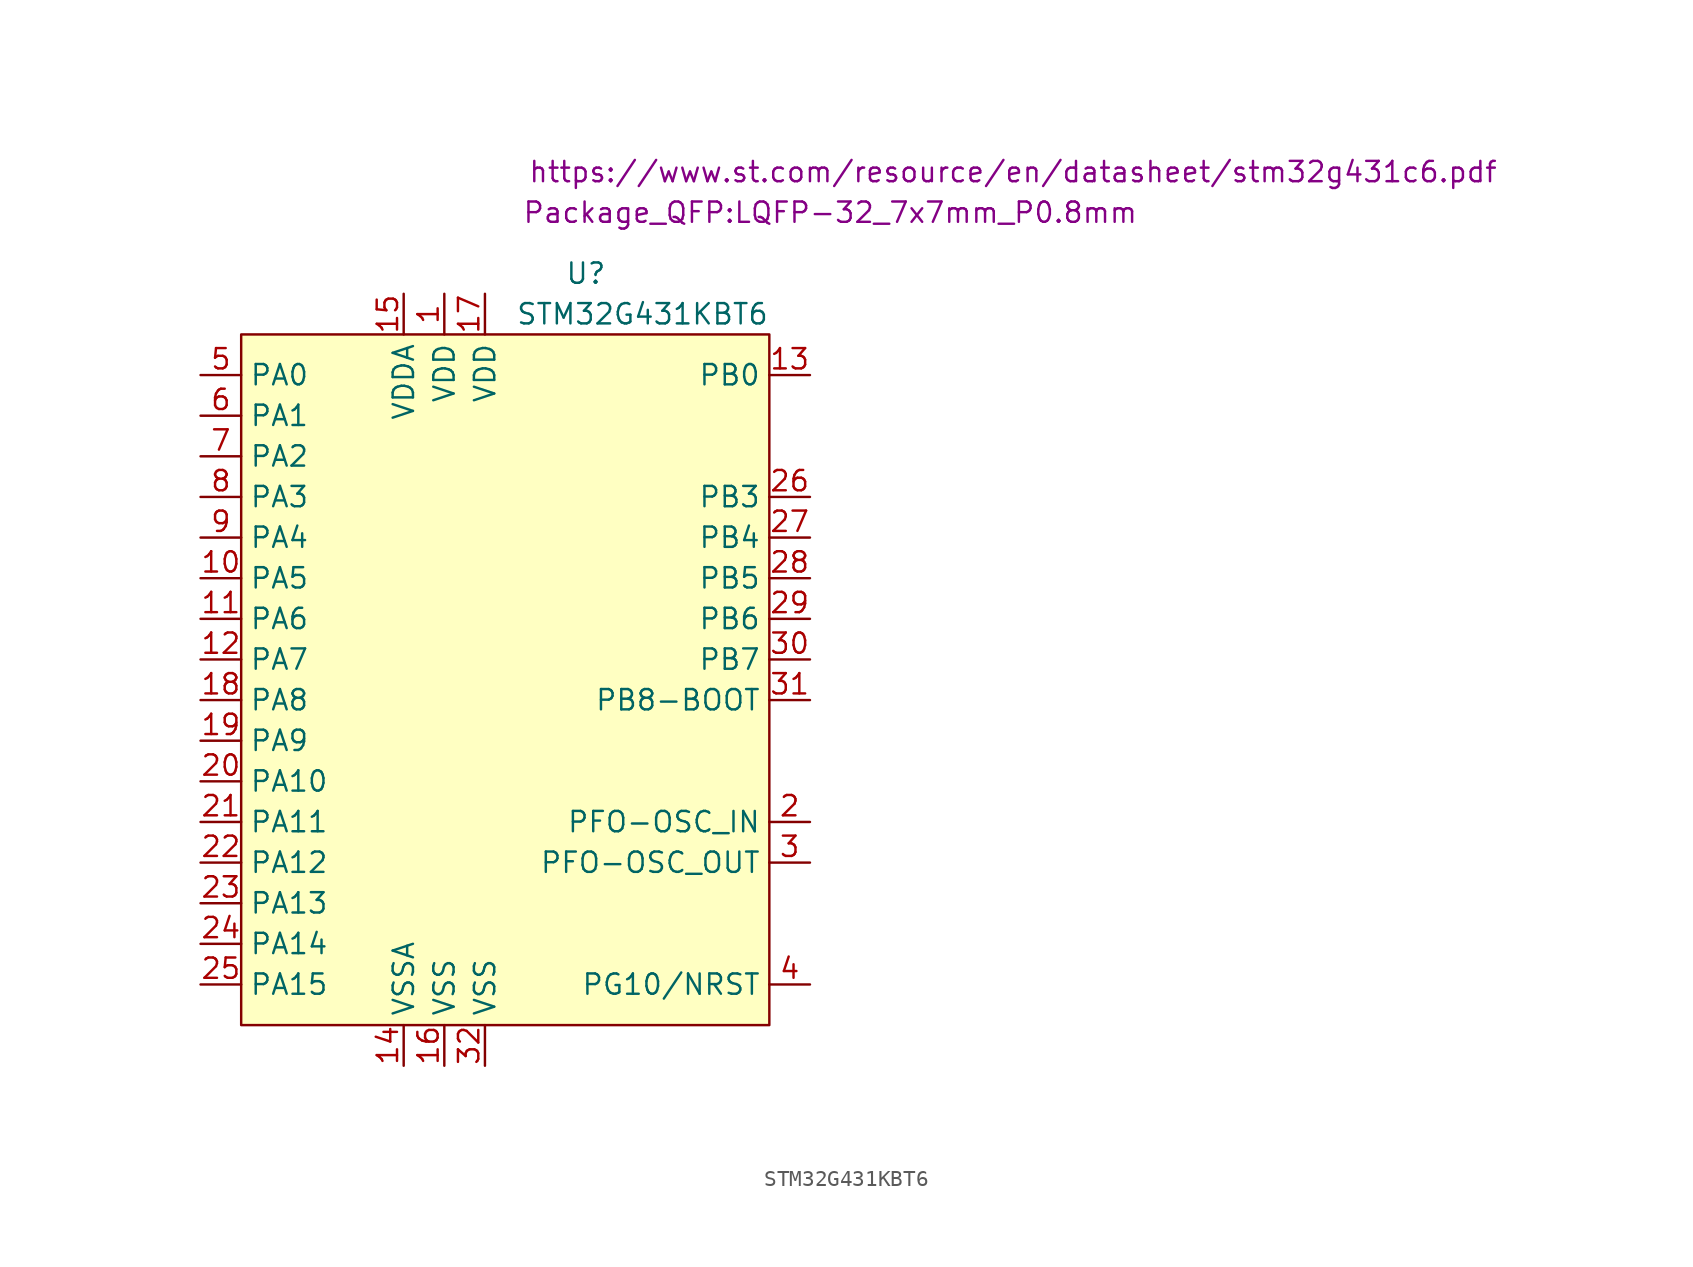
<source format=kicad_sym>
(kicad_symbol_lib
  (version 20220914)
  (generator kicad_symbol_editor)
  (symbol "STM32G431KBT6"
    (property "Reference" "U"
      (at 39.37 -7.62 0)
      (effects (font (size 1.27 1.27)) (justify right)))
    (property "Value" "STM32G431KBT6"
      (at 49.53 -10.16 0)
      (effects (font (size 1.27 1.27)) (justify right)))
    (property "Footprint" "Package_QFP:LQFP-32_7x7mm_P0.8mm"
      (at 53.34 -3.81 0)
      (effects (font (size 1.27 1.27))))
    (property "Datasheet" "https://www.st.com/resource/en/datasheet/stm32g431c6.pdf"
      (at 64.77 -1.27 0)
      (effects (font (size 1.27 1.27))))
    (symbol "STM32G431KBT6_0_1"
      (rectangle (start 16.51 -11.43) (end 49.53 -54.61) (stroke (width 0) (type default)) (fill (type background))))
    (symbol "STM32G431KBT6_1_1"
      (pin power_in line (at 29.21 -8.89 270) (length 2.54) (name "VDD" (effects (font (size 1.27 1.27)))) (number "1" (effects (font (size 1.27 1.27)))))
      (pin bidirectional line (at 13.97 -26.67 0) (length 2.54) (name "PA5" (effects (font (size 1.27 1.27)))) (number "10" (effects (font (size 1.27 1.27)))))
      (pin bidirectional line (at 13.97 -29.21 0) (length 2.54) (name "PA6" (effects (font (size 1.27 1.27)))) (number "11" (effects (font (size 1.27 1.27)))))
      (pin bidirectional line (at 13.97 -31.75 0) (length 2.54) (name "PA7" (effects (font (size 1.27 1.27)))) (number "12" (effects (font (size 1.27 1.27)))))
      (pin bidirectional line (at 52.07 -13.97 180) (length 2.54) (name "PB0" (effects (font (size 1.27 1.27)))) (number "13" (effects (font (size 1.27 1.27)))))
      (pin power_in line (at 26.67 -57.15 90) (length 2.54) (name "VSSA" (effects (font (size 1.27 1.27)))) (number "14" (effects (font (size 1.27 1.27)))))
      (pin power_in line (at 26.67 -8.89 270) (length 2.54) (name "VDDA" (effects (font (size 1.27 1.27)))) (number "15" (effects (font (size 1.27 1.27)))))
      (pin power_in line (at 29.21 -57.15 90) (length 2.54) (name "VSS" (effects (font (size 1.27 1.27)))) (number "16" (effects (font (size 1.27 1.27)))))
      (pin power_in line (at 31.75 -8.89 270) (length 2.54) (name "VDD" (effects (font (size 1.27 1.27)))) (number "17" (effects (font (size 1.27 1.27)))))
      (pin bidirectional line (at 13.97 -34.29 0) (length 2.54) (name "PA8" (effects (font (size 1.27 1.27)))) (number "18" (effects (font (size 1.27 1.27)))))
      (pin bidirectional line (at 13.97 -36.83 0) (length 2.54) (name "PA9" (effects (font (size 1.27 1.27)))) (number "19" (effects (font (size 1.27 1.27)))))
      (pin bidirectional line (at 52.07 -41.91 180) (length 2.54) (name "PFO-OSC_IN" (effects (font (size 1.27 1.27)))) (number "2" (effects (font (size 1.27 1.27)))))
      (pin bidirectional line (at 13.97 -39.37 0) (length 2.54) (name "PA10" (effects (font (size 1.27 1.27)))) (number "20" (effects (font (size 1.27 1.27)))))
      (pin bidirectional line (at 13.97 -41.91 0) (length 2.54) (name "PA11" (effects (font (size 1.27 1.27)))) (number "21" (effects (font (size 1.27 1.27)))))
      (pin bidirectional line (at 13.97 -44.45 0) (length 2.54) (name "PA12" (effects (font (size 1.27 1.27)))) (number "22" (effects (font (size 1.27 1.27)))))
      (pin bidirectional line (at 13.97 -46.99 0) (length 2.54) (name "PA13" (effects (font (size 1.27 1.27)))) (number "23" (effects (font (size 1.27 1.27)))))
      (pin bidirectional line (at 13.97 -49.53 0) (length 2.54) (name "PA14" (effects (font (size 1.27 1.27)))) (number "24" (effects (font (size 1.27 1.27)))))
      (pin bidirectional line (at 13.97 -52.07 0) (length 2.54) (name "PA15" (effects (font (size 1.27 1.27)))) (number "25" (effects (font (size 1.27 1.27)))))
      (pin bidirectional line (at 52.07 -21.59 180) (length 2.54) (name "PB3" (effects (font (size 1.27 1.27)))) (number "26" (effects (font (size 1.27 1.27)))))
      (pin bidirectional line (at 52.07 -24.13 180) (length 2.54) (name "PB4" (effects (font (size 1.27 1.27)))) (number "27" (effects (font (size 1.27 1.27)))))
      (pin bidirectional line (at 52.07 -26.67 180) (length 2.54) (name "PB5" (effects (font (size 1.27 1.27)))) (number "28" (effects (font (size 1.27 1.27)))))
      (pin bidirectional line (at 52.07 -29.21 180) (length 2.54) (name "PB6" (effects (font (size 1.27 1.27)))) (number "29" (effects (font (size 1.27 1.27)))))
      (pin bidirectional line (at 52.07 -44.45 180) (length 2.54) (name "PFO-OSC_OUT" (effects (font (size 1.27 1.27)))) (number "3" (effects (font (size 1.27 1.27)))))
      (pin bidirectional line (at 52.07 -31.75 180) (length 2.54) (name "PB7" (effects (font (size 1.27 1.27)))) (number "30" (effects (font (size 1.27 1.27)))))
      (pin bidirectional line (at 52.07 -34.29 180) (length 2.54) (name "PB8-BOOT" (effects (font (size 1.27 1.27)))) (number "31" (effects (font (size 1.27 1.27)))))
      (pin power_in line (at 31.75 -57.15 90) (length 2.54) (name "VSS" (effects (font (size 1.27 1.27)))) (number "32" (effects (font (size 1.27 1.27)))))
      (pin bidirectional line (at 52.07 -52.07 180) (length 2.54) (name "PG10/NRST" (effects (font (size 1.27 1.27)))) (number "4" (effects (font (size 1.27 1.27)))))
      (pin bidirectional line (at 13.97 -13.97 0) (length 2.54) (name "PA0" (effects (font (size 1.27 1.27)))) (number "5" (effects (font (size 1.27 1.27)))))
      (pin bidirectional line (at 13.97 -16.51 0) (length 2.54) (name "PA1" (effects (font (size 1.27 1.27)))) (number "6" (effects (font (size 1.27 1.27)))))
      (pin bidirectional line (at 13.97 -19.05 0) (length 2.54) (name "PA2" (effects (font (size 1.27 1.27)))) (number "7" (effects (font (size 1.27 1.27)))))
      (pin bidirectional line (at 13.97 -21.59 0) (length 2.54) (name "PA3" (effects (font (size 1.27 1.27)))) (number "8" (effects (font (size 1.27 1.27)))))
      (pin bidirectional line (at 13.97 -24.13 0) (length 2.54) (name "PA4" (effects (font (size 1.27 1.27)))) (number "9" (effects (font (size 1.27 1.27))))))))
</source>
